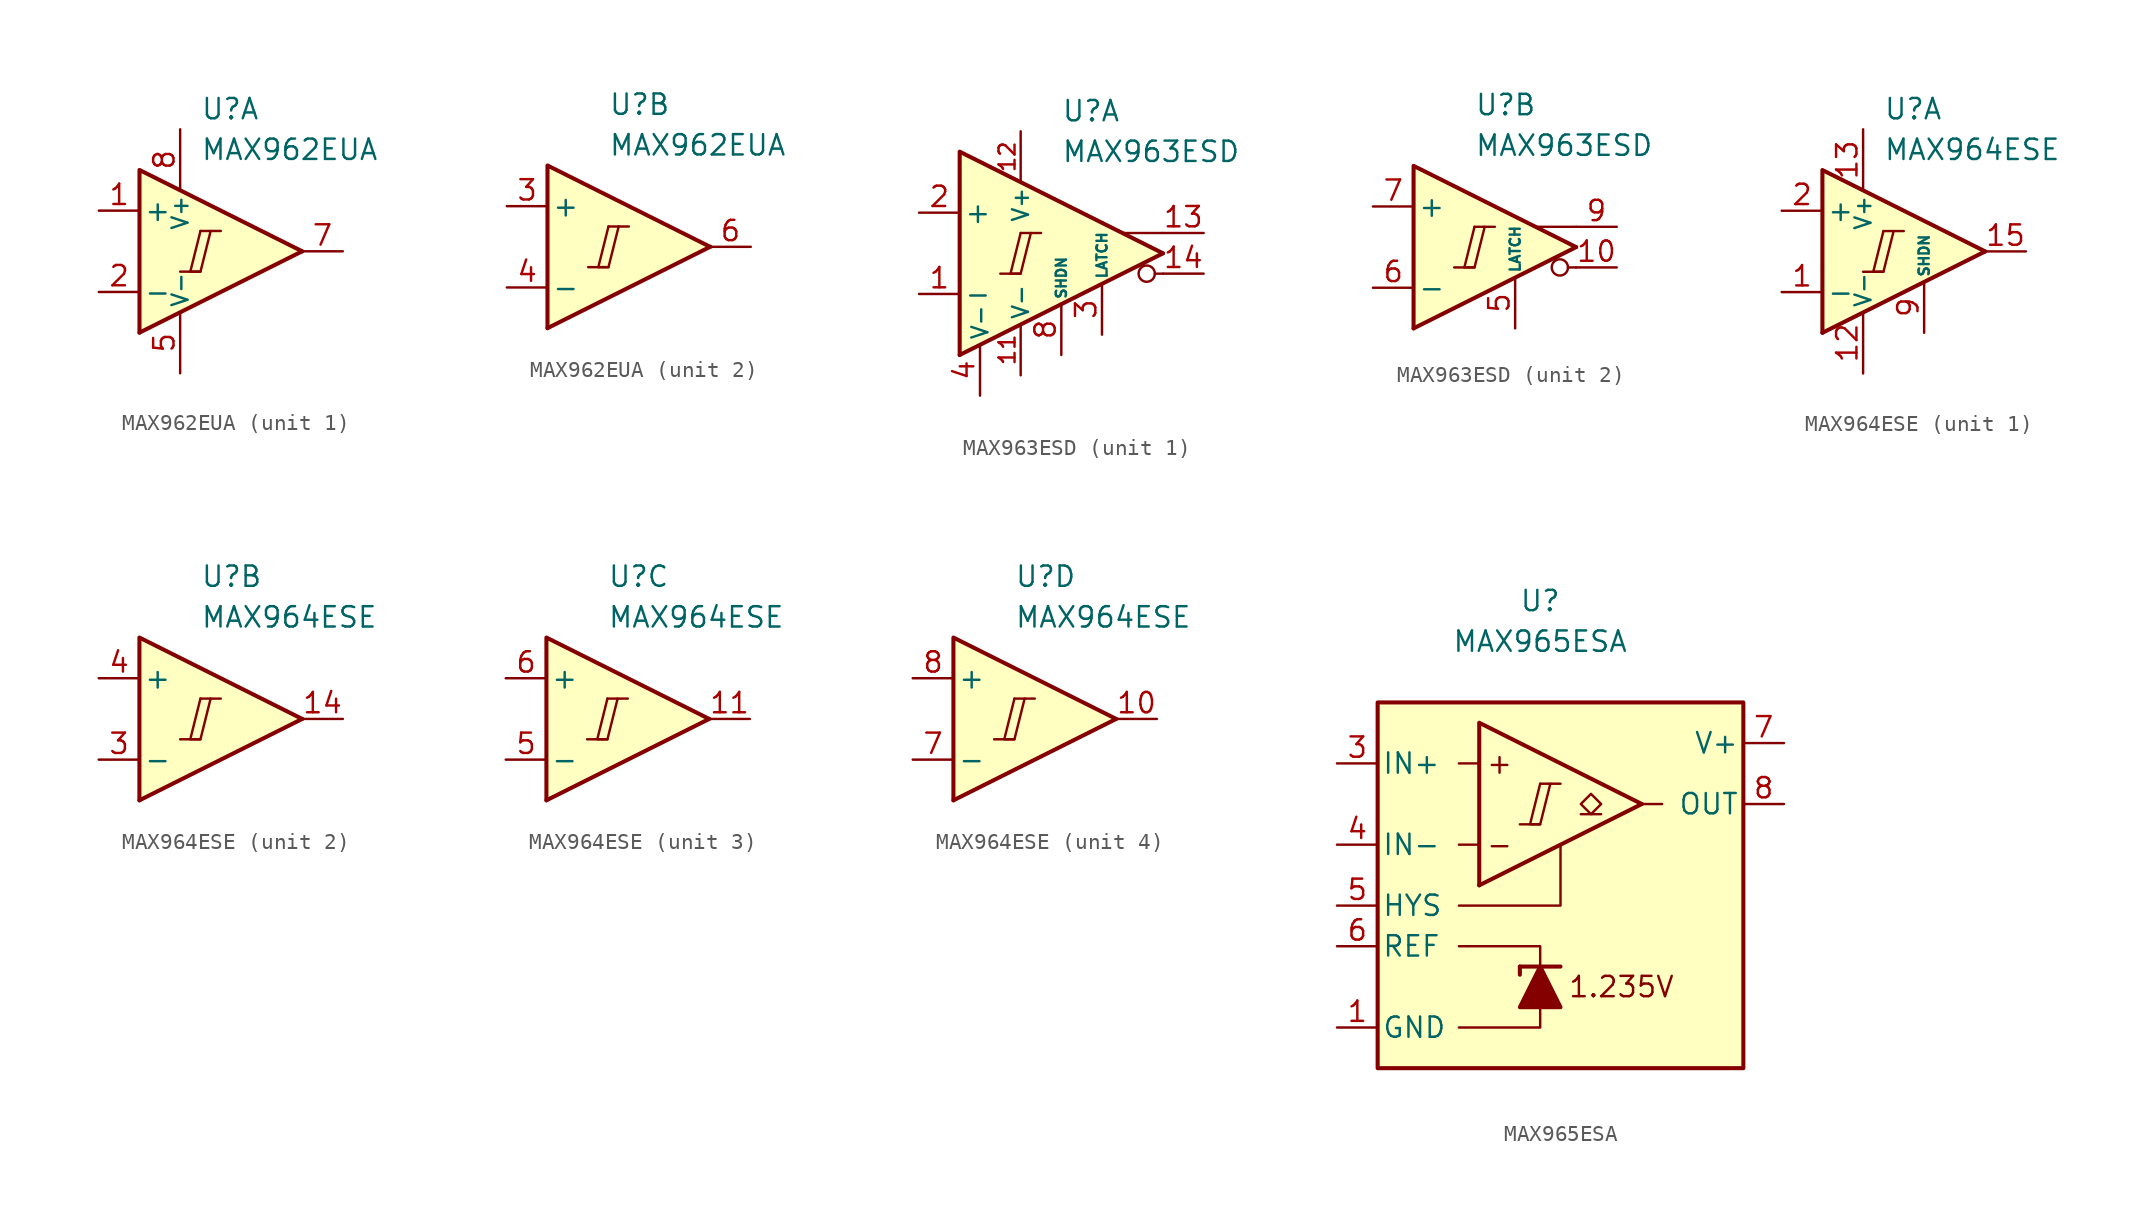
<source format=kicad_sym>
(kicad_symbol_lib
  (version 20231120)
  (generator "kicad_symbol_editor")
  (generator_version "8.0")
  (symbol "MAX962EUA"
    (pin_names
      (offset 0.254))
    (property "Reference" "U"
      (at 0 8.89 0)
      (effects (font (size 1.27 1.27)) (justify left)))
    (property "Value" "MAX962EUA"
      (at 0 6.35 0)
      (effects (font (size 1.27 1.27)) (justify left)))
    (property "ki_locked" ""
      (at 0 0 0)
      (effects (font (size 1.27 1.27))))
    (symbol "MAX962EUA_0_0"
      (polyline (pts (xy -1.27 -1.27) (xy 0 -1.27)) (stroke (width 0.152) (type default)) (fill (type none)))
      (polyline (pts (xy 0 1.27) (xy 1.27 1.27)) (stroke (width 0.152) (type default)) (fill (type none)))
      (polyline (pts (xy 6.35 0) (xy -3.81 -5.08)) (stroke (width 0.254) (type default)) (fill (type none)))
      (polyline (pts (xy 6.35 0) (xy -3.81 5.08) (xy -3.81 -5.08)) (stroke (width 0.254) (type default)) (fill (type background)))
      (polyline (pts (xy 0 1.27) (xy -0.635 -1.27) (xy 0 -1.27) (xy 0.635 1.27)) (stroke (width 0.152) (type default)) (fill (type none))))
    (symbol "MAX962EUA_1_1"
      (pin input line (at -6.35 2.54 0) (length 2.54) (name "+" (effects (font (size 1.27 1.27)))) (number "1" (effects (font (size 1.27 1.27)))))
      (pin input line (at -6.35 -2.54 0) (length 2.54) (name "-" (effects (font (size 1.27 1.27)))) (number "2" (effects (font (size 1.27 1.27)))))
      (pin power_in line (at -1.27 -7.62 90) (length 3.81) (name "V-" (effects (font (size 1 1)))) (number "5" (effects (font (size 1.27 1.27)))))
      (pin output line (at 8.89 0 180) (length 2.54) (name "~" (effects (font (size 1.27 1.27)))) (number "7" (effects (font (size 1.27 1.27)))))
      (pin power_in line (at -1.27 7.62 270) (length 3.81) (name "V+" (effects (font (size 1 1)))) (number "8" (effects (font (size 1.27 1.27))))))
    (symbol "MAX962EUA_2_1"
      (pin input line (at -6.35 2.54 0) (length 2.54) (name "+" (effects (font (size 1.27 1.27)))) (number "3" (effects (font (size 1.27 1.27)))))
      (pin input line (at -6.35 -2.54 0) (length 2.54) (name "-" (effects (font (size 1.27 1.27)))) (number "4" (effects (font (size 1.27 1.27)))))
      (pin output line (at 8.89 0 180) (length 2.54) (name "~" (effects (font (size 1.27 1.27)))) (number "6" (effects (font (size 1.27 1.27)))))))
  (symbol "MAX963ESD"
    (pin_names
      (offset 0.254))
    (property "Reference" "U"
      (at 0 8.89 0)
      (effects (font (size 1.27 1.27)) (justify left)))
    (property "Value" "MAX963ESD"
      (at 0 6.35 0)
      (effects (font (size 1.27 1.27)) (justify left)))
    (property "ki_locked" ""
      (at 0 0 0)
      (effects (font (size 1.27 1.27))))
    (symbol "MAX963ESD_0_0"
      (polyline (pts (xy 6.35 -1.27) (xy 5.842 -1.27)) (stroke (width 0.152) (type default)) (fill (type none)))
      (polyline (pts (xy 6.35 1.27) (xy 3.81 1.27)) (stroke (width 0.152) (type default)) (fill (type none)))
      (circle (center 5.334 -1.27) (radius 0.508) (stroke (width 0.152) (type default)) (fill (type none))))
    (symbol "MAX963ESD_1_0"
      (polyline (pts (xy -3.81 -1.27) (xy -2.54 -1.27)) (stroke (width 0.152) (type default)) (fill (type none)))
      (polyline (pts (xy -2.54 1.27) (xy -1.27 1.27)) (stroke (width 0.152) (type default)) (fill (type none)))
      (polyline (pts (xy 6.35 0) (xy -6.35 -6.35)) (stroke (width 0.254) (type default)) (fill (type none)))
      (polyline (pts (xy 6.35 0) (xy -6.35 6.35) (xy -6.35 -6.35)) (stroke (width 0.254) (type default)) (fill (type background)))
      (polyline (pts (xy -2.54 1.27) (xy -3.175 -1.27) (xy -2.54 -1.27) (xy -1.905 1.27)) (stroke (width 0.152) (type default)) (fill (type none))))
    (symbol "MAX963ESD_1_1"
      (pin input line (at -8.89 -2.54 0) (length 2.54) (name "-" (effects (font (size 1.27 1.27)))) (number "1" (effects (font (size 1.27 1.27)))))
      (pin power_in line (at -2.54 -7.62 90) (length 3.18) (name "V-" (effects (font (size 1 1)))) (number "11" (effects (font (size 1 1)))))
      (pin power_in line (at -2.54 7.62 270) (length 3.18) (name "V+" (effects (font (size 1 1)))) (number "12" (effects (font (size 1 1)))))
      (pin output line (at 8.89 1.27 180) (length 2.54) (name "~" (effects (font (size 1.27 1.27)))) (number "13" (effects (font (size 1.27 1.27)))))
      (pin output line (at 8.89 -1.27 180) (length 2.54) (name "~" (effects (font (size 1.27 1.27)))) (number "14" (effects (font (size 1.27 1.27)))))
      (pin input line (at -8.89 2.54 0) (length 2.54) (name "+" (effects (font (size 1.27 1.27)))) (number "2" (effects (font (size 1.27 1.27)))))
      (pin input line (at 2.54 -5.08 90) (length 3.18) (name "LATCH" (effects (font (size 0.635 0.635)))) (number "3" (effects (font (size 1.27 1.27)))))
      (pin power_in line (at -5.08 -8.89 90) (length 3.18) (name "V-" (effects (font (size 1 1)))) (number "4" (effects (font (size 1.27 1.27)))))
      (pin input line (at 0 -6.35 90) (length 3.18) (name "SHDN" (effects (font (size 0.635 0.635)))) (number "8" (effects (font (size 1.27 1.27))))))
    (symbol "MAX963ESD_2_0"
      (polyline (pts (xy -1.27 -1.27) (xy 0 -1.27)) (stroke (width 0.152) (type default)) (fill (type none)))
      (polyline (pts (xy 0 1.27) (xy 1.27 1.27)) (stroke (width 0.152) (type default)) (fill (type none)))
      (polyline (pts (xy 6.35 0) (xy -3.81 -5.08)) (stroke (width 0.254) (type default)) (fill (type none)))
      (polyline (pts (xy 6.35 0) (xy -3.81 5.08) (xy -3.81 -5.08)) (stroke (width 0.254) (type default)) (fill (type background)))
      (polyline (pts (xy 0 1.27) (xy -0.635 -1.27) (xy 0 -1.27) (xy 0.635 1.27)) (stroke (width 0.152) (type default)) (fill (type none))))
    (symbol "MAX963ESD_2_1"
      (pin output line (at 8.89 -1.27 180) (length 2.54) (name "~" (effects (font (size 1.27 1.27)))) (number "10" (effects (font (size 1.27 1.27)))))
      (pin input line (at 2.54 -5.08 90) (length 3.18) (name "LATCH" (effects (font (size 0.635 0.635)))) (number "5" (effects (font (size 1.27 1.27)))))
      (pin input line (at -6.35 -2.54 0) (length 2.54) (name "-" (effects (font (size 1.27 1.27)))) (number "6" (effects (font (size 1.27 1.27)))))
      (pin input line (at -6.35 2.54 0) (length 2.54) (name "+" (effects (font (size 1.27 1.27)))) (number "7" (effects (font (size 1.27 1.27)))))
      (pin output line (at 8.89 1.27 180) (length 2.54) (name "~" (effects (font (size 1.27 1.27)))) (number "9" (effects (font (size 1.27 1.27)))))))
  (symbol "MAX964ESE"
    (pin_names
      (offset 0.254))
    (property "Reference" "U"
      (at 0 8.89 0)
      (effects (font (size 1.27 1.27)) (justify left)))
    (property "Value" "MAX964ESE"
      (at 0 6.35 0)
      (effects (font (size 1.27 1.27)) (justify left)))
    (property "ki_locked" ""
      (at 0 0 0)
      (effects (font (size 1.27 1.27))))
    (symbol "MAX964ESE_0_0"
      (polyline (pts (xy -1.27 -1.27) (xy 0 -1.27)) (stroke (width 0.152) (type default)) (fill (type none)))
      (polyline (pts (xy 0 1.27) (xy 1.27 1.27)) (stroke (width 0.152) (type default)) (fill (type none)))
      (polyline (pts (xy 6.35 0) (xy -3.81 -5.08)) (stroke (width 0.254) (type default)) (fill (type none)))
      (polyline (pts (xy 6.35 0) (xy -3.81 5.08) (xy -3.81 -5.08)) (stroke (width 0.254) (type default)) (fill (type background)))
      (polyline (pts (xy 0 1.27) (xy -0.635 -1.27) (xy 0 -1.27) (xy 0.635 1.27)) (stroke (width 0.152) (type default)) (fill (type none))))
    (symbol "MAX964ESE_1_1"
      (pin input line (at -6.35 -2.54 0) (length 2.54) (name "-" (effects (font (size 1.27 1.27)))) (number "1" (effects (font (size 1.27 1.27)))))
      (pin power_in line (at -1.27 -7.62 90) (length 3.81) (name "V-" (effects (font (size 1 1)))) (number "12" (effects (font (size 1.27 1.27)))))
      (pin power_in line (at -1.27 7.62 270) (length 3.81) (name "V+" (effects (font (size 1 1)))) (number "13" (effects (font (size 1.27 1.27)))))
      (pin output line (at 8.89 0 180) (length 2.54) (name "~" (effects (font (size 1.27 1.27)))) (number "15" (effects (font (size 1.27 1.27)))))
      (pin free line (at -1.27 0 0) (length 2.54) hide (name "NC" (effects (font (size 1.27 1.27)))) (number "16" (effects (font (size 1.27 1.27)))))
      (pin input line (at -6.35 2.54 0) (length 2.54) (name "+" (effects (font (size 1.27 1.27)))) (number "2" (effects (font (size 1.27 1.27)))))
      (pin input line (at 2.54 -5.08 90) (length 3.18) (name "SHDN" (effects (font (size 0.635 0.635)))) (number "9" (effects (font (size 1.27 1.27))))))
    (symbol "MAX964ESE_2_1"
      (pin output line (at 8.89 0 180) (length 2.54) (name "~" (effects (font (size 1.27 1.27)))) (number "14" (effects (font (size 1.27 1.27)))))
      (pin input line (at -6.35 -2.54 0) (length 2.54) (name "-" (effects (font (size 1.27 1.27)))) (number "3" (effects (font (size 1.27 1.27)))))
      (pin input line (at -6.35 2.54 0) (length 2.54) (name "+" (effects (font (size 1.27 1.27)))) (number "4" (effects (font (size 1.27 1.27))))))
    (symbol "MAX964ESE_3_1"
      (pin output line (at 8.89 0 180) (length 2.54) (name "~" (effects (font (size 1.27 1.27)))) (number "11" (effects (font (size 1.27 1.27)))))
      (pin input line (at -6.35 -2.54 0) (length 2.54) (name "-" (effects (font (size 1.27 1.27)))) (number "5" (effects (font (size 1.27 1.27)))))
      (pin input line (at -6.35 2.54 0) (length 2.54) (name "+" (effects (font (size 1.27 1.27)))) (number "6" (effects (font (size 1.27 1.27))))))
    (symbol "MAX964ESE_4_1"
      (pin output line (at 8.89 0 180) (length 2.54) (name "~" (effects (font (size 1.27 1.27)))) (number "10" (effects (font (size 1.27 1.27)))))
      (pin input line (at -6.35 -2.54 0) (length 2.54) (name "-" (effects (font (size 1.27 1.27)))) (number "7" (effects (font (size 1.27 1.27)))))
      (pin input line (at -6.35 2.54 0) (length 2.54) (name "+" (effects (font (size 1.27 1.27)))) (number "8" (effects (font (size 1.27 1.27)))))))
  (symbol "MAX965ESA"
    (pin_names
      (offset 0.254))
    (property "Reference" "U"
      (at 0 16.51 0)
      (effects (font (size 1.27 1.27))))
    (property "Value" "MAX965ESA"
      (at 0 13.97 0)
      (effects (font (size 1.27 1.27))))
    (symbol "MAX965ESA_0_0"
      (polyline (pts (xy -1.27 2.54) (xy 0 2.54)) (stroke (width 0.152) (type default)) (fill (type none)))
      (polyline (pts (xy 0 5.08) (xy 1.27 5.08)) (stroke (width 0.152) (type default)) (fill (type none)))
      (polyline (pts (xy 6.35 3.81) (xy -3.81 -1.27)) (stroke (width 0.254) (type default)) (fill (type none)))
      (polyline (pts (xy 6.35 3.81) (xy -3.81 8.89) (xy -3.81 -1.27)) (stroke (width 0.254) (type default)) (fill (type background)))
      (polyline (pts (xy 0 5.08) (xy -0.635 2.54) (xy 0 2.54) (xy 0.635 5.08)) (stroke (width 0.152) (type default)) (fill (type none)))
      (text "+" (at -2.54 6.35 0) (effects (font (size 1.27 1.27))))
      (text "-" (at -2.54 1.27 0) (effects (font (size 1.27 1.27))))
      (text "1.235V" (at 5.08 -7.62 0) (effects (font (size 1.27 1.27)))))
    (symbol "MAX965ESA_0_1"
      (polyline (pts (xy -3.81 1.27) (xy -5.08 1.27)) (stroke (width 0) (type default)) (fill (type none)))
      (polyline (pts (xy -3.81 6.35) (xy -5.08 6.35)) (stroke (width 0) (type default)) (fill (type none)))
      (polyline (pts (xy -1.27 -6.35) (xy -1.27 -6.858)) (stroke (width 0.254) (type default)) (fill (type none)))
      (polyline (pts (xy -1.27 -6.35) (xy 1.27 -6.35)) (stroke (width 0.254) (type default)) (fill (type none)))
      (polyline (pts (xy 6.35 3.81) (xy 7.62 3.81)) (stroke (width 0) (type default)) (fill (type none)))
      (polyline (pts (xy 0 -8.89) (xy 0 -10.16) (xy -5.08 -10.16)) (stroke (width 0) (type default)) (fill (type none)))
      (polyline (pts (xy 0 -6.35) (xy 0 -5.08) (xy -5.08 -5.08)) (stroke (width 0) (type default)) (fill (type none)))
      (polyline (pts (xy 1.27 1.27) (xy 1.27 -2.54) (xy -5.08 -2.54)) (stroke (width 0) (type default)) (fill (type none)))
      (polyline (pts (xy 1.27 -8.89) (xy -1.27 -8.89) (xy 0 -6.35) (xy 1.27 -8.89)) (stroke (width 0.254) (type default)) (fill (type outline)))
      (rectangle (start 12.7 10.16) (end -10.16 -12.7) (stroke (width 0.254) (type default)) (fill (type background))))
    (symbol "MAX965ESA_1_1"
      (polyline (pts (xy 3.81 3.175) (xy 2.54 3.175)) (stroke (width 0.152) (type default)) (fill (type none)))
      (polyline (pts (xy 3.175 3.175) (xy 2.54 3.81) (xy 3.175 4.445) (xy 3.81 3.81) (xy 3.175 3.175)) (stroke (width 0.152) (type default)) (fill (type none)))
      (pin power_in line (at -12.7 -10.16 0) (length 2.54) (name "GND" (effects (font (size 1.27 1.27)))) (number "1" (effects (font (size 1.27 1.27)))))
      (pin free line (at 0 0 0) (length 2.54) hide (name "NC" (effects (font (size 1.27 1.27)))) (number "2" (effects (font (size 1.27 1.27)))))
      (pin input line (at -12.7 6.35 0) (length 2.54) (name "IN+" (effects (font (size 1.27 1.27)))) (number "3" (effects (font (size 1.27 1.27)))))
      (pin input line (at -12.7 1.27 0) (length 2.54) (name "IN-" (effects (font (size 1.27 1.27)))) (number "4" (effects (font (size 1.27 1.27)))))
      (pin input line (at -12.7 -2.54 0) (length 2.54) (name "HYS" (effects (font (size 1.27 1.27)))) (number "5" (effects (font (size 1.27 1.27)))))
      (pin output line (at -12.7 -5.08 0) (length 2.54) (name "REF" (effects (font (size 1.27 1.27)))) (number "6" (effects (font (size 1.27 1.27)))))
      (pin power_in line (at 15.24 7.62 180) (length 2.54) (name "V+" (effects (font (size 1.27 1.27)))) (number "7" (effects (font (size 1.27 1.27)))))
      (pin open_collector line (at 15.24 3.81 180) (length 2.54) (name "OUT" (effects (font (size 1.27 1.27)))) (number "8" (effects (font (size 1.27 1.27))))))))
</source>
